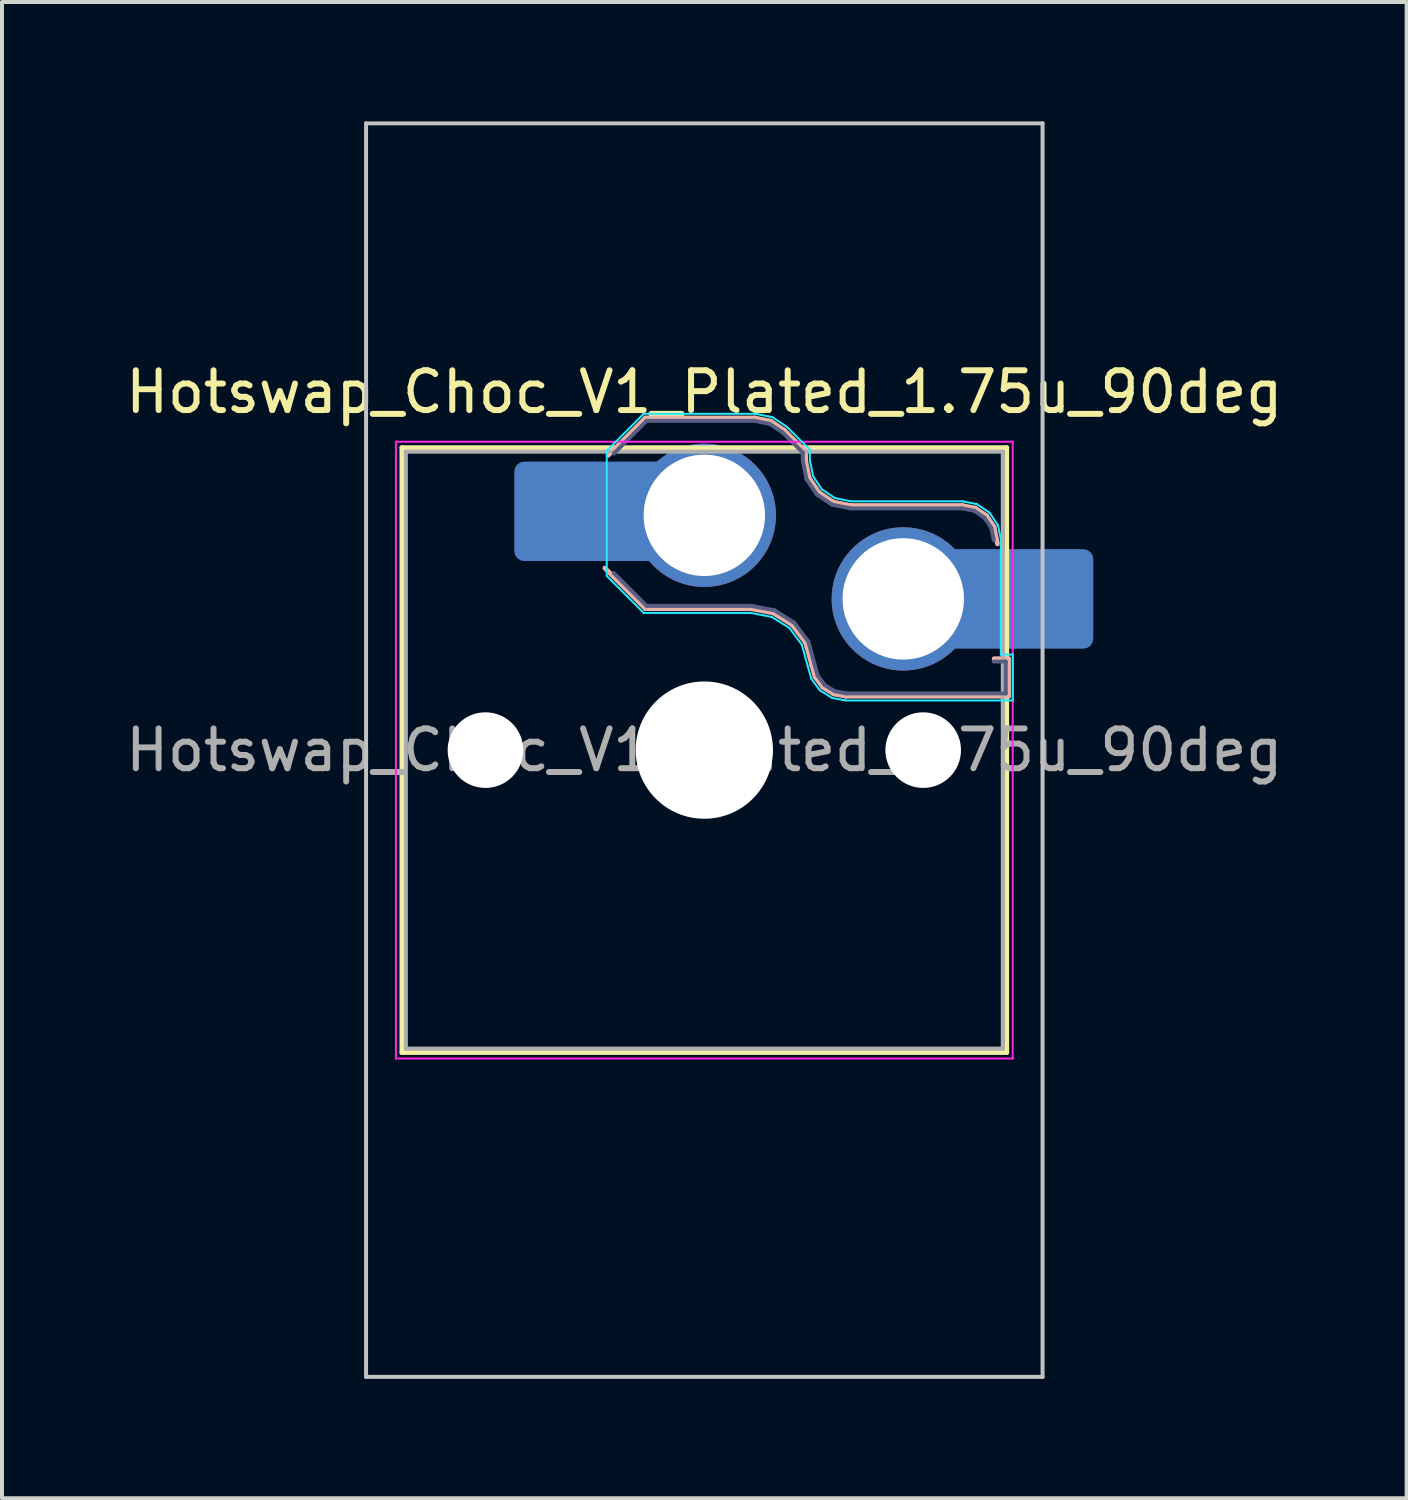
<source format=kicad_pcb>
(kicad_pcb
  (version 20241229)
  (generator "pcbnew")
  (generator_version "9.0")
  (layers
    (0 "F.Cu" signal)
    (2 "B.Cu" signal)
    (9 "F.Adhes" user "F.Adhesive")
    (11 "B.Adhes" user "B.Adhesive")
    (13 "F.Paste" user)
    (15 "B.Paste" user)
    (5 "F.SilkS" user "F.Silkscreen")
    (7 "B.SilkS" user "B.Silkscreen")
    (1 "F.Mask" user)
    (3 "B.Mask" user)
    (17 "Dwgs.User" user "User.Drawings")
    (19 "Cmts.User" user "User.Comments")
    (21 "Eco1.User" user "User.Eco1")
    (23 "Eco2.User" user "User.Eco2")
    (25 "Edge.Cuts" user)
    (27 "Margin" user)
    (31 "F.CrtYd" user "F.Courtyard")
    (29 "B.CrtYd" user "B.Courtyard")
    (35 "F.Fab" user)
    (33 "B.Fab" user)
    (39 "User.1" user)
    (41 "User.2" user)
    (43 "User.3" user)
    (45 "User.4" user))
  (footprint "Hotswap_Choc_V1_Plated_1.75u_90deg"
    (layer "F.Cu")
    (at 14.649 15.8)
    (property "Reference" "Hotswap_Choc_V1_Plated_1.75u_90deg" (at 0 -9 0) (layer "F.SilkS") (effects (font (size 1 1) (thickness 0.15))))
    (attr smd)
    (fp_line (start -7.6 -7.6) (end -7.6 7.6) (stroke (width 0.12) (type solid)) (layer "F.SilkS"))
    (fp_line (start -7.6 7.6) (end 7.6 7.6) (stroke (width 0.12) (type solid)) (layer "F.SilkS"))
    (fp_line (start 7.6 -7.6) (end -7.6 -7.6) (stroke (width 0.12) (type solid)) (layer "F.SilkS"))
    (fp_line (start 7.6 7.6) (end 7.6 -7.6) (stroke (width 0.12) (type solid)) (layer "F.SilkS"))
    (fp_line (start -2.416 -7.409) (end -1.479 -8.346) (stroke (width 0.12) (type solid)) (layer "B.SilkS"))
    (fp_line (start -1.479 -8.346) (end 1.268 -8.346) (stroke (width 0.12) (type solid)) (layer "B.SilkS"))
    (fp_line (start -1.479 -3.554) (end -2.5 -4.575) (stroke (width 0.12) (type solid)) (layer "B.SilkS"))
    (fp_line (start 1.168 -3.554) (end -1.479 -3.554) (stroke (width 0.12) (type solid)) (layer "B.SilkS"))
    (fp_line (start 1.268 -8.346) (end 1.671 -8.266) (stroke (width 0.12) (type solid)) (layer "B.SilkS"))
    (fp_line (start 1.671 -8.266) (end 2.013 -8.037) (stroke (width 0.12) (type solid)) (layer "B.SilkS"))
    (fp_line (start 1.73 -3.449) (end 1.168 -3.554) (stroke (width 0.12) (type solid)) (layer "B.SilkS"))
    (fp_line (start 2.013 -8.037) (end 2.546 -7.504) (stroke (width 0.12) (type solid)) (layer "B.SilkS"))
    (fp_line (start 2.209 -3.15) (end 1.73 -3.449) (stroke (width 0.12) (type solid)) (layer "B.SilkS"))
    (fp_line (start 2.546 -7.504) (end 2.546 -7.282) (stroke (width 0.12) (type solid)) (layer "B.SilkS"))
    (fp_line (start 2.546 -7.282) (end 2.633 -6.844) (stroke (width 0.12) (type solid)) (layer "B.SilkS"))
    (fp_line (start 2.547 -2.697) (end 2.209 -3.15) (stroke (width 0.12) (type solid)) (layer "B.SilkS"))
    (fp_line (start 2.633 -6.844) (end 2.877 -6.477) (stroke (width 0.12) (type solid)) (layer "B.SilkS"))
    (fp_line (start 2.701 -2.139) (end 2.547 -2.697) (stroke (width 0.12) (type solid)) (layer "B.SilkS"))
    (fp_line (start 2.783 -1.841) (end 2.701 -2.139) (stroke (width 0.12) (type solid)) (layer "B.SilkS"))
    (fp_line (start 2.877 -6.477) (end 3.244 -6.233) (stroke (width 0.12) (type solid)) (layer "B.SilkS"))
    (fp_line (start 2.976 -1.583) (end 2.783 -1.841) (stroke (width 0.12) (type solid)) (layer "B.SilkS"))
    (fp_line (start 3.244 -6.233) (end 3.682 -6.146) (stroke (width 0.12) (type solid)) (layer "B.SilkS"))
    (fp_line (start 3.25 -1.413) (end 2.976 -1.583) (stroke (width 0.12) (type solid)) (layer "B.SilkS"))
    (fp_line (start 3.56 -1.354) (end 3.25 -1.413) (stroke (width 0.12) (type solid)) (layer "B.SilkS"))
    (fp_line (start 3.682 -6.146) (end 6.482 -6.146) (stroke (width 0.12) (type solid)) (layer "B.SilkS"))
    (fp_line (start 6.482 -6.146) (end 6.809 -6.081) (stroke (width 0.12) (type solid)) (layer "B.SilkS"))
    (fp_line (start 6.809 -6.081) (end 7.092 -5.892) (stroke (width 0.12) (type solid)) (layer "B.SilkS"))
    (fp_line (start 7.092 -5.892) (end 7.281 -5.609) (stroke (width 0.12) (type solid)) (layer "B.SilkS"))
    (fp_line (start 7.281 -5.609) (end 7.366 -5.182) (stroke (width 0.12) (type solid)) (layer "B.SilkS"))
    (fp_line (start 7.283 -2.296) (end 7.646 -2.296) (stroke (width 0.12) (type solid)) (layer "B.SilkS"))
    (fp_line (start 7.646 -2.296) (end 7.646 -1.354) (stroke (width 0.12) (type solid)) (layer "B.SilkS"))
    (fp_line (start 7.646 -1.354) (end 3.56 -1.354) (stroke (width 0.12) (type solid)) (layer "B.SilkS"))
    (fp_line (start -8.5 -15.75) (end 8.5 -15.75) (stroke (width 0.1) (type solid)) (layer "Dwgs.User"))
    (fp_line (start -8.5 15.75) (end -8.5 -15.75) (stroke (width 0.1) (type solid)) (layer "Dwgs.User"))
    (fp_line (start 8.5 -15.75) (end 8.5 15.75) (stroke (width 0.1) (type solid)) (layer "Dwgs.User"))
    (fp_line (start 8.5 15.75) (end -8.5 15.75) (stroke (width 0.1) (type solid)) (layer "Dwgs.User"))
    (fp_line (start -7.25 -7.25) (end -7.25 7.25) (stroke (width 0.1) (type solid)) (layer "Eco1.User"))
    (fp_line (start -7.25 7.25) (end 7.25 7.25) (stroke (width 0.1) (type solid)) (layer "Eco1.User"))
    (fp_line (start 7.25 -7.25) (end -7.25 -7.25) (stroke (width 0.1) (type solid)) (layer "Eco1.User"))
    (fp_line (start 7.25 7.25) (end 7.25 -7.25) (stroke (width 0.1) (type solid)) (layer "Eco1.User"))
    (fp_line (start -2.452 -7.523) (end -1.523 -8.452) (stroke (width 0.05) (type solid)) (layer "B.CrtYd"))
    (fp_line (start -2.452 -4.377) (end -2.452 -7.523) (stroke (width 0.05) (type solid)) (layer "B.CrtYd"))
    (fp_line (start -1.523 -8.452) (end 1.278 -8.452) (stroke (width 0.05) (type solid)) (layer "B.CrtYd"))
    (fp_line (start -1.523 -3.448) (end -2.452 -4.377) (stroke (width 0.05) (type solid)) (layer "B.CrtYd"))
    (fp_line (start 1.159 -3.448) (end -1.523 -3.448) (stroke (width 0.05) (type solid)) (layer "B.CrtYd"))
    (fp_line (start 1.278 -8.452) (end 1.712 -8.366) (stroke (width 0.05) (type solid)) (layer "B.CrtYd"))
    (fp_line (start 1.691 -3.348) (end 1.159 -3.448) (stroke (width 0.05) (type solid)) (layer "B.CrtYd"))
    (fp_line (start 1.712 -8.366) (end 2.081 -8.119) (stroke (width 0.05) (type solid)) (layer "B.CrtYd"))
    (fp_line (start 2.081 -8.119) (end 2.652 -7.548) (stroke (width 0.05) (type solid)) (layer "B.CrtYd"))
    (fp_line (start 2.136 -3.071) (end 1.691 -3.348) (stroke (width 0.05) (type solid)) (layer "B.CrtYd"))
    (fp_line (start 2.45 -2.65) (end 2.136 -3.071) (stroke (width 0.05) (type solid)) (layer "B.CrtYd"))
    (fp_line (start 2.599 -2.111) (end 2.45 -2.65) (stroke (width 0.05) (type solid)) (layer "B.CrtYd"))
    (fp_line (start 2.652 -7.548) (end 2.652 -7.292) (stroke (width 0.05) (type solid)) (layer "B.CrtYd"))
    (fp_line (start 2.652 -7.292) (end 2.733 -6.885) (stroke (width 0.05) (type solid)) (layer "B.CrtYd"))
    (fp_line (start 2.687 -1.794) (end 2.599 -2.111) (stroke (width 0.05) (type solid)) (layer "B.CrtYd"))
    (fp_line (start 2.733 -6.885) (end 2.953 -6.553) (stroke (width 0.05) (type solid)) (layer "B.CrtYd"))
    (fp_line (start 2.903 -1.503) (end 2.687 -1.794) (stroke (width 0.05) (type solid)) (layer "B.CrtYd"))
    (fp_line (start 2.953 -6.553) (end 3.285 -6.333) (stroke (width 0.05) (type solid)) (layer "B.CrtYd"))
    (fp_line (start 3.211 -1.312) (end 2.903 -1.503) (stroke (width 0.05) (type solid)) (layer "B.CrtYd"))
    (fp_line (start 3.285 -6.333) (end 3.692 -6.252) (stroke (width 0.05) (type solid)) (layer "B.CrtYd"))
    (fp_line (start 3.55 -1.248) (end 3.211 -1.312) (stroke (width 0.05) (type solid)) (layer "B.CrtYd"))
    (fp_line (start 3.692 -6.252) (end 6.492 -6.252) (stroke (width 0.05) (type solid)) (layer "B.CrtYd"))
    (fp_line (start 6.492 -6.252) (end 6.85 -6.181) (stroke (width 0.05) (type solid)) (layer "B.CrtYd"))
    (fp_line (start 6.85 -6.181) (end 7.168 -5.968) (stroke (width 0.05) (type solid)) (layer "B.CrtYd"))
    (fp_line (start 7.168 -5.968) (end 7.381 -5.65) (stroke (width 0.05) (type solid)) (layer "B.CrtYd"))
    (fp_line (start 7.381 -5.65) (end 7.452 -5.292) (stroke (width 0.05) (type solid)) (layer "B.CrtYd"))
    (fp_line (start 7.452 -5.292) (end 7.452 -2.402) (stroke (width 0.05) (type solid)) (layer "B.CrtYd"))
    (fp_line (start 7.452 -2.402) (end 7.752 -2.402) (stroke (width 0.05) (type solid)) (layer "B.CrtYd"))
    (fp_line (start 7.752 -2.402) (end 7.752 -1.248) (stroke (width 0.05) (type solid)) (layer "B.CrtYd"))
    (fp_line (start 7.752 -1.248) (end 3.55 -1.248) (stroke (width 0.05) (type solid)) (layer "B.CrtYd"))
    (fp_line (start -7.75 -7.75) (end -7.75 7.75) (stroke (width 0.05) (type solid)) (layer "F.CrtYd"))
    (fp_line (start -7.75 7.75) (end 7.75 7.75) (stroke (width 0.05) (type solid)) (layer "F.CrtYd"))
    (fp_line (start 7.75 -7.75) (end -7.75 -7.75) (stroke (width 0.05) (type solid)) (layer "F.CrtYd"))
    (fp_line (start 7.75 7.75) (end 7.75 -7.75) (stroke (width 0.05) (type solid)) (layer "F.CrtYd"))
    (fp_line (start -2.275 -7.45) (end -1.45 -8.275) (stroke (width 0.1) (type solid)) (layer "B.Fab"))
    (fp_line (start -1.45 -8.275) (end 1.261 -8.275) (stroke (width 0.1) (type solid)) (layer "B.Fab"))
    (fp_line (start -1.45 -3.625) (end -2.275 -4.45) (stroke (width 0.1) (type solid)) (layer "B.Fab"))
    (fp_line (start 1.175 -3.625) (end -1.45 -3.625) (stroke (width 0.1) (type solid)) (layer "B.Fab"))
    (fp_line (start 1.261 -8.275) (end 1.643 -8.199) (stroke (width 0.1) (type solid)) (layer "B.Fab"))
    (fp_line (start 1.643 -8.199) (end 1.968 -7.982) (stroke (width 0.1) (type solid)) (layer "B.Fab"))
    (fp_line (start 1.756 -3.516) (end 1.175 -3.625) (stroke (width 0.1) (type solid)) (layer "B.Fab"))
    (fp_line (start 1.968 -7.982) (end 2.475 -7.475) (stroke (width 0.1) (type solid)) (layer "B.Fab"))
    (fp_line (start 2.258 -3.203) (end 1.756 -3.516) (stroke (width 0.1) (type solid)) (layer "B.Fab"))
    (fp_line (start 2.475 -7.475) (end 2.475 -7.275) (stroke (width 0.1) (type solid)) (layer "B.Fab"))
    (fp_line (start 2.475 -7.275) (end 2.566 -6.816) (stroke (width 0.1) (type solid)) (layer "B.Fab"))
    (fp_line (start 2.566 -6.816) (end 2.826 -6.426) (stroke (width 0.1) (type solid)) (layer "B.Fab"))
    (fp_line (start 2.612 -2.729) (end 2.258 -3.203) (stroke (width 0.1) (type solid)) (layer "B.Fab"))
    (fp_line (start 2.769 -2.158) (end 2.612 -2.729) (stroke (width 0.1) (type solid)) (layer "B.Fab"))
    (fp_line (start 2.826 -6.426) (end 3.216 -6.166) (stroke (width 0.1) (type solid)) (layer "B.Fab"))
    (fp_line (start 2.848 -1.873) (end 2.769 -2.158) (stroke (width 0.1) (type solid)) (layer "B.Fab"))
    (fp_line (start 3.025 -1.636) (end 2.848 -1.873) (stroke (width 0.1) (type solid)) (layer "B.Fab"))
    (fp_line (start 3.216 -6.166) (end 3.675 -6.075) (stroke (width 0.1) (type solid)) (layer "B.Fab"))
    (fp_line (start 3.276 -1.48) (end 3.025 -1.636) (stroke (width 0.1) (type solid)) (layer "B.Fab"))
    (fp_line (start 3.567 -1.425) (end 3.276 -1.48) (stroke (width 0.1) (type solid)) (layer "B.Fab"))
    (fp_line (start 3.675 -6.075) (end 6.475 -6.075) (stroke (width 0.1) (type solid)) (layer "B.Fab"))
    (fp_line (start 6.475 -6.075) (end 6.781 -6.014) (stroke (width 0.1) (type solid)) (layer "B.Fab"))
    (fp_line (start 6.781 -6.014) (end 7.041 -5.841) (stroke (width 0.1) (type solid)) (layer "B.Fab"))
    (fp_line (start 7.041 -5.841) (end 7.214 -5.581) (stroke (width 0.1) (type solid)) (layer "B.Fab"))
    (fp_line (start 7.214 -5.581) (end 7.275 -5.275) (stroke (width 0.1) (type solid)) (layer "B.Fab"))
    (fp_line (start 7.275 -2.225) (end 7.575 -2.225) (stroke (width 0.1) (type solid)) (layer "B.Fab"))
    (fp_line (start 7.575 -2.225) (end 7.575 -1.425) (stroke (width 0.1) (type solid)) (layer "B.Fab"))
    (fp_line (start 7.575 -1.425) (end 3.567 -1.425) (stroke (width 0.1) (type solid)) (layer "B.Fab"))
    (fp_line (start -7.5 -7.5) (end -7.5 7.5) (stroke (width 0.1) (type solid)) (layer "F.Fab"))
    (fp_line (start -7.5 7.5) (end 7.5 7.5) (stroke (width 0.1) (type solid)) (layer "F.Fab"))
    (fp_line (start 7.5 -7.5) (end -7.5 -7.5) (stroke (width 0.1) (type solid)) (layer "F.Fab"))
    (fp_line (start 7.5 7.5) (end 7.5 -7.5) (stroke (width 0.1) (type solid)) (layer "F.Fab"))
    (fp_text user "${REFERENCE}" (at 0 0 0) (layer "F.Fab") (effects (font (size 1 1) (thickness 0.15))))
    (pad "" np_thru_hole circle (at -5.5 0) (size 1.9 1.9) (drill 1.9) (layers "*.Cu" "*.Mask"))
    (pad "" smd roundrect (at -3.5 -6) (size 2.55 2.5) (layers "B.Mask" "B.Paste") (roundrect_rratio 0.1))
    (pad "" np_thru_hole circle (at 0 0) (size 3.45 3.45) (drill 3.45) (layers "*.Cu" "*.Mask"))
    (pad "" np_thru_hole circle (at 5.5 0) (size 1.9 1.9) (drill 1.9) (layers "*.Cu" "*.Mask"))
    (pad "" smd roundrect (at 8.5 -3.8) (size 2.55 2.5) (layers "B.Mask" "B.Paste") (roundrect_rratio 0.1))
    (pad "1" smd roundrect (at -2.85 -6) (size 3.85 2.5) (layers "B.Cu") (roundrect_rratio 0.1))
    (pad "1" thru_hole circle (at 0 -5.9) (size 3.6 3.6) (drill 3.05) (layers "*.Cu" "*.Mask"))
    (pad "2" thru_hole circle (at 5 -3.8) (size 3.6 3.6) (drill 3.05) (layers "*.Cu" "*.Mask"))
    (pad "2" smd roundrect (at 7.85 -3.8) (size 3.85 2.5) (layers "B.Cu") (roundrect_rratio 0.1)))
  (gr_rect
    (start -3 -3)
    (end 32.298 34.6)
    (stroke (width 0.1) (type default))
    (fill no)
    (layer "Edge.Cuts")))
</source>
